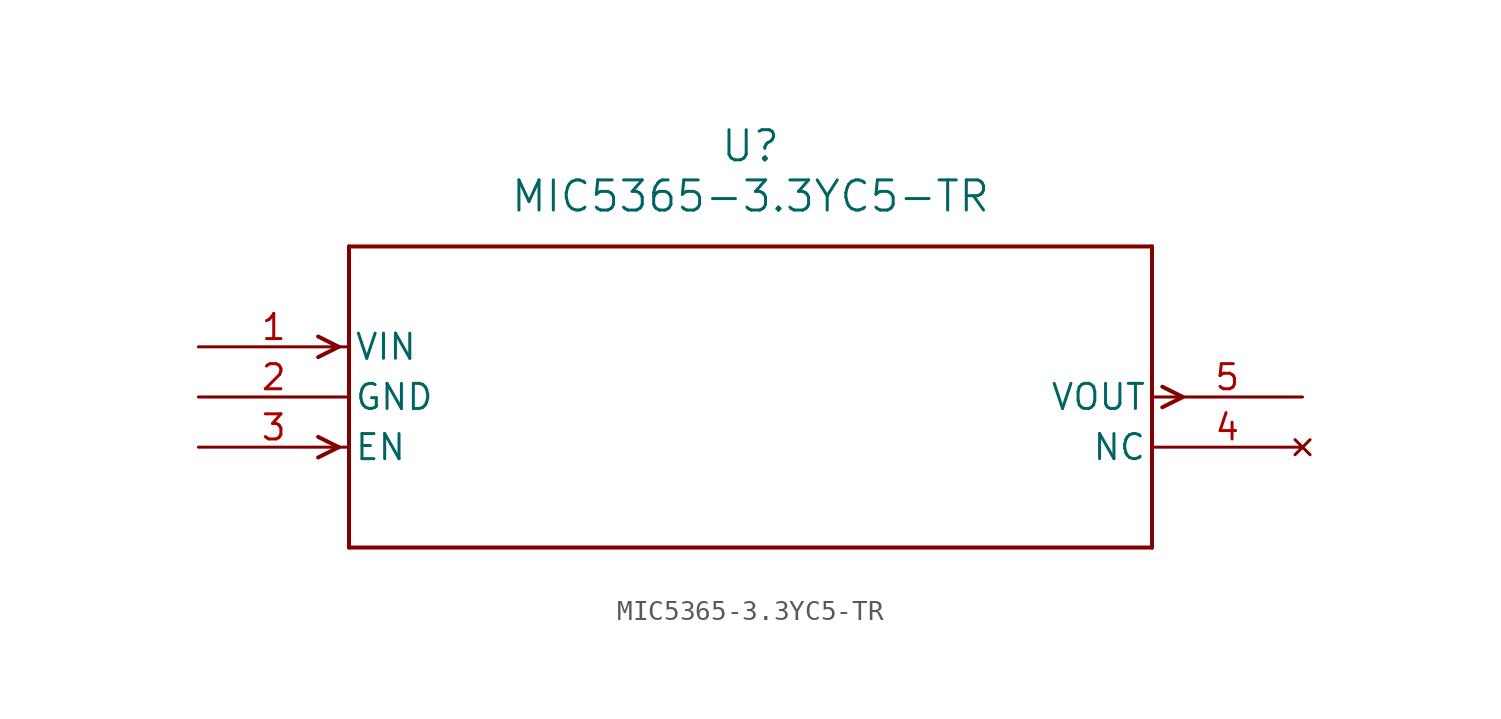
<source format=kicad_sym>
(kicad_symbol_lib
  (version 20231120)
  (generator "kicad_symbol_editor")
  (generator_version "8.0")
  (symbol "MIC5365-3.3YC5-TR"
    (pin_names
      (offset 0.254))
    (property "Reference" "U"
      (at 27.94 10.16 0)
      (effects (font (size 1.524 1.524))))
    (property "Value" "MIC5365-3.3YC5-TR"
      (at 27.94 7.62 0)
      (effects (font (size 1.524 1.524))))
    (property "ki_locked" ""
      (at 0 0 0)
      (effects (font (size 1.27 1.27))))
    (symbol "MIC5365-3.3YC5-TR_0_1"
      (polyline (pts (xy 7.099 -5.08) (xy 6.058 -5.601)) (stroke (width 0.203) (type default)) (fill (type none)))
      (polyline (pts (xy 7.099 -5.08) (xy 6.058 -4.559)) (stroke (width 0.203) (type default)) (fill (type none)))
      (polyline (pts (xy 7.099 0) (xy 6.058 -0.521)) (stroke (width 0.203) (type default)) (fill (type none)))
      (polyline (pts (xy 7.099 0) (xy 6.058 0.521)) (stroke (width 0.203) (type default)) (fill (type none)))
      (polyline (pts (xy 7.62 -10.16) (xy 48.26 -10.16)) (stroke (width 0.203) (type default)) (fill (type none)))
      (polyline (pts (xy 7.62 5.08) (xy 7.62 -10.16)) (stroke (width 0.203) (type default)) (fill (type none)))
      (polyline (pts (xy 48.26 -10.16) (xy 48.26 5.08)) (stroke (width 0.203) (type default)) (fill (type none)))
      (polyline (pts (xy 48.26 5.08) (xy 7.62 5.08)) (stroke (width 0.203) (type default)) (fill (type none)))
      (polyline (pts (xy 48.781 -3.061) (xy 49.822 -2.54)) (stroke (width 0.203) (type default)) (fill (type none)))
      (polyline (pts (xy 48.781 -2.019) (xy 49.822 -2.54)) (stroke (width 0.203) (type default)) (fill (type none)))
      (pin input line (at 0 0 0) (length 7.62) (name "VIN" (effects (font (size 1.27 1.27)))) (number "1" (effects (font (size 1.27 1.27)))))
      (pin power_in line (at 0 -2.54 0) (length 7.62) (name "GND" (effects (font (size 1.27 1.27)))) (number "2" (effects (font (size 1.27 1.27)))))
      (pin input line (at 0 -5.08 0) (length 7.62) (name "EN" (effects (font (size 1.27 1.27)))) (number "3" (effects (font (size 1.27 1.27)))))
      (pin no_connect line (at 55.88 -5.08 180) (length 7.62) (name "NC" (effects (font (size 1.27 1.27)))) (number "4" (effects (font (size 1.27 1.27)))))
      (pin output line (at 55.88 -2.54 180) (length 7.62) (name "VOUT" (effects (font (size 1.27 1.27)))) (number "5" (effects (font (size 1.27 1.27))))))))
</source>
